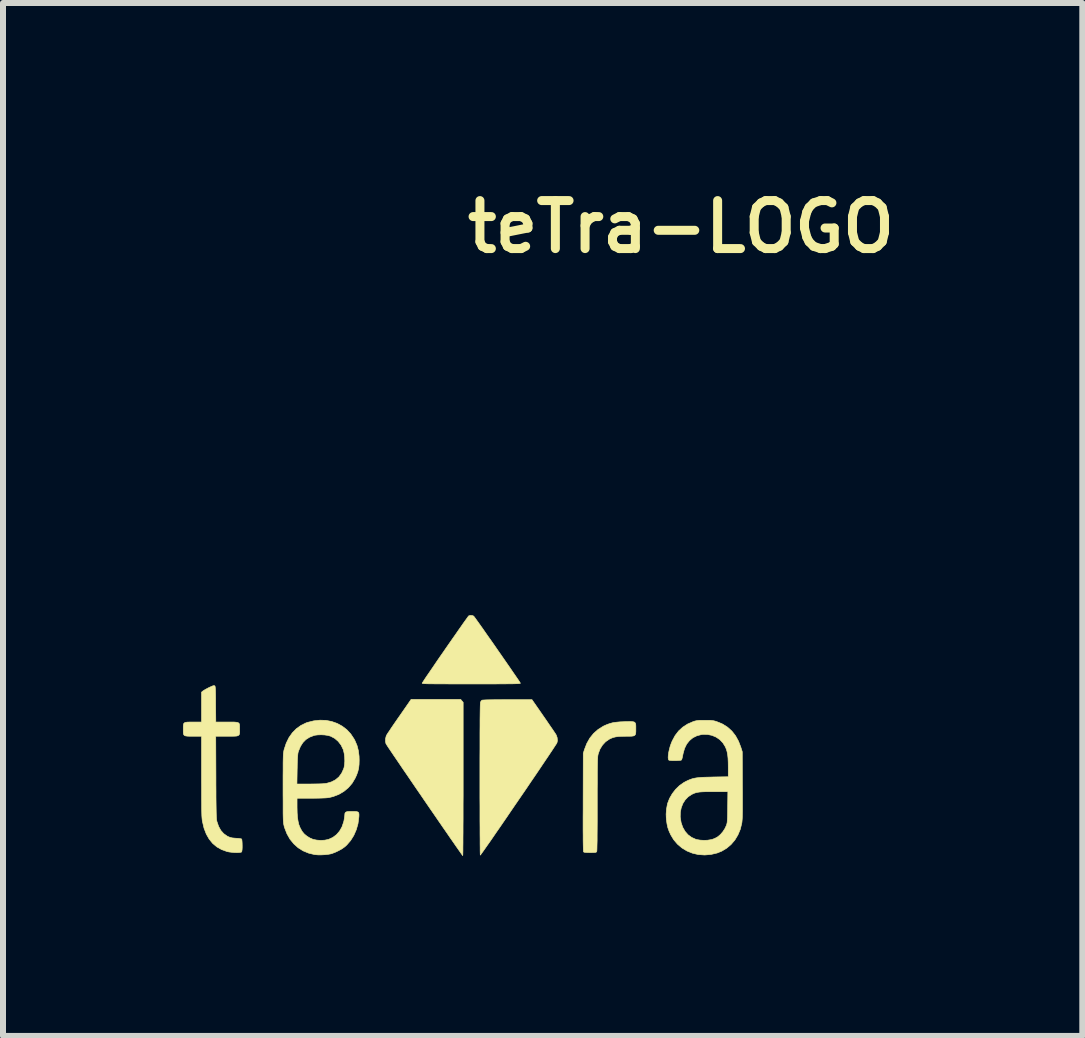
<source format=kicad_pcb>
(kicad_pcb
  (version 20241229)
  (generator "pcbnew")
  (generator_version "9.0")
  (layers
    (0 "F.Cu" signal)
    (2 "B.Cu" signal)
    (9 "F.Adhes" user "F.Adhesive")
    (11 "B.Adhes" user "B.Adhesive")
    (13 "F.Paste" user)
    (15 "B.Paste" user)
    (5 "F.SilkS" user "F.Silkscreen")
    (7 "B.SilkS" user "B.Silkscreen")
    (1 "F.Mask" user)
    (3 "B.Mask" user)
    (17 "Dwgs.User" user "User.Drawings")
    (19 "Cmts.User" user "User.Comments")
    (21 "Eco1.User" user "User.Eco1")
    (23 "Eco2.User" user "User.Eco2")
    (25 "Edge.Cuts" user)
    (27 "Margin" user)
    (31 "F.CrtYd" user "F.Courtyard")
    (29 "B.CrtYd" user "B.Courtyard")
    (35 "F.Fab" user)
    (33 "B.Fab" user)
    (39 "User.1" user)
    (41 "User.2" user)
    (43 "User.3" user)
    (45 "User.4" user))
  (footprint "teTra-LOGO"
    (layer "F.Cu")
    (at 4.802 9.231)
    (property "Reference" "teTra-LOGO" (at 3.5 -8.5 0) (unlocked yes) (layer "F.SilkS") (effects (font (size 0.8 0.8) (thickness 0.15))))
    (attr smd)
    (fp_poly (pts (xy -0.153 -0.599) (xy -0.132 -0.575) (xy -0.132 0.703) (xy -0.132 0.848) (xy -0.132 0.989) (xy -0.133 1.125) (xy -0.133 1.253) (xy -0.133 1.375) (xy -0.134 1.488) (xy -0.134 1.592) (xy -0.135 1.685) (xy -0.135 1.768) (xy -0.136 1.838) (xy -0.136 1.895) (xy -0.137 1.939) (xy -0.138 1.967) (xy -0.139 1.98) (xy -0.139 1.981) (xy -0.144 1.974) (xy -0.159 1.954) (xy -0.182 1.921) (xy -0.213 1.877) (xy -0.251 1.823) (xy -0.296 1.758) (xy -0.347 1.685) (xy -0.403 1.603) (xy -0.465 1.514) (xy -0.531 1.418) (xy -0.601 1.316) (xy -0.675 1.209) (xy -0.751 1.098) (xy -0.778 1.059) (xy -0.855 0.946) (xy -0.93 0.837) (xy -1.001 0.733) (xy -1.069 0.633) (xy -1.133 0.54) (xy -1.191 0.454) (xy -1.244 0.376) (xy -1.292 0.306) (xy -1.332 0.246) (xy -1.366 0.196) (xy -1.392 0.157) (xy -1.409 0.13) (xy -1.418 0.116) (xy -1.419 0.114) (xy -1.427 0.077) (xy -1.426 0.033) (xy -1.416 -0.008) (xy -1.411 -0.022) (xy -1.403 -0.036) (xy -1.386 -0.063) (xy -1.361 -0.099) (xy -1.331 -0.145) (xy -1.295 -0.198) (xy -1.255 -0.256) (xy -1.212 -0.318) (xy -1.197 -0.339) (xy -1 -0.623) (xy -0.173 -0.623) (xy -0.153 -0.599)) (stroke (width 0.01) (type solid)) (fill yes) (layer "F.SilkS"))
    (fp_poly (pts (xy 0.022 -2.021) (xy 0.043 -2.012) (xy 0.05 -2.003) (xy 0.066 -1.982) (xy 0.089 -1.95) (xy 0.12 -1.907) (xy 0.156 -1.856) (xy 0.198 -1.797) (xy 0.243 -1.732) (xy 0.292 -1.662) (xy 0.344 -1.589) (xy 0.397 -1.513) (xy 0.45 -1.436) (xy 0.503 -1.36) (xy 0.555 -1.285) (xy 0.605 -1.213) (xy 0.652 -1.145) (xy 0.695 -1.082) (xy 0.733 -1.027) (xy 0.766 -0.979) (xy 0.792 -0.941) (xy 0.81 -0.913) (xy 0.82 -0.897) (xy 0.821 -0.895) (xy 0.821 -0.892) (xy 0.818 -0.89) (xy 0.81 -0.889) (xy 0.798 -0.887) (xy 0.78 -0.886) (xy 0.755 -0.885) (xy 0.722 -0.884) (xy 0.681 -0.883) (xy 0.629 -0.883) (xy 0.567 -0.882) (xy 0.493 -0.882) (xy 0.407 -0.881) (xy 0.307 -0.881) (xy 0.192 -0.881) (xy 0.061 -0.881) (xy 0.003 -0.881) (xy -0.134 -0.881) (xy -0.254 -0.881) (xy -0.36 -0.881) (xy -0.452 -0.882) (xy -0.531 -0.882) (xy -0.598 -0.882) (xy -0.653 -0.883) (xy -0.699 -0.883) (xy -0.735 -0.884) (xy -0.763 -0.885) (xy -0.784 -0.886) (xy -0.799 -0.888) (xy -0.808 -0.889) (xy -0.813 -0.891) (xy -0.815 -0.893) (xy -0.815 -0.895) (xy -0.808 -0.906) (xy -0.793 -0.929) (xy -0.771 -0.963) (xy -0.741 -1.008) (xy -0.705 -1.06) (xy -0.664 -1.12) (xy -0.619 -1.186) (xy -0.571 -1.257) (xy -0.52 -1.331) (xy -0.467 -1.407) (xy -0.414 -1.484) (xy -0.361 -1.56) (xy -0.309 -1.635) (xy -0.259 -1.706) (xy -0.212 -1.774) (xy -0.169 -1.835) (xy -0.131 -1.89) (xy -0.098 -1.936) (xy -0.071 -1.973) (xy -0.052 -2) (xy -0.041 -2.014) (xy -0.039 -2.016) (xy -0.01 -2.024) (xy 0.022 -2.021)) (stroke (width 0.01) (type solid)) (fill yes) (layer "F.SilkS"))
    (fp_poly (pts (xy 1.21 -0.338) (xy 1.253 -0.276) (xy 1.293 -0.217) (xy 1.33 -0.163) (xy 1.362 -0.117) (xy 1.388 -0.078) (xy 1.407 -0.05) (xy 1.417 -0.033) (xy 1.419 -0.031) (xy 1.435 0.015) (xy 1.439 0.066) (xy 1.432 0.098) (xy 1.427 0.109) (xy 1.412 0.132) (xy 1.389 0.167) (xy 1.359 0.213) (xy 1.322 0.268) (xy 1.279 0.333) (xy 1.23 0.405) (xy 1.177 0.484) (xy 1.12 0.569) (xy 1.059 0.659) (xy 0.995 0.752) (xy 0.93 0.849) (xy 0.863 0.947) (xy 0.795 1.046) (xy 0.727 1.145) (xy 0.66 1.243) (xy 0.595 1.339) (xy 0.531 1.432) (xy 0.47 1.521) (xy 0.412 1.604) (xy 0.359 1.682) (xy 0.31 1.753) (xy 0.266 1.815) (xy 0.229 1.868) (xy 0.198 1.912) (xy 0.175 1.944) (xy 0.16 1.965) (xy 0.154 1.972) (xy 0.153 1.972) (xy 0.153 1.964) (xy 0.152 1.939) (xy 0.151 1.9) (xy 0.151 1.846) (xy 0.15 1.78) (xy 0.15 1.701) (xy 0.149 1.61) (xy 0.149 1.509) (xy 0.148 1.399) (xy 0.148 1.28) (xy 0.148 1.154) (xy 0.147 1.02) (xy 0.147 0.881) (xy 0.147 0.738) (xy 0.147 0.712) (xy 0.147 0.523) (xy 0.147 0.351) (xy 0.148 0.195) (xy 0.148 0.055) (xy 0.148 -0.07) (xy 0.149 -0.18) (xy 0.149 -0.276) (xy 0.15 -0.357) (xy 0.151 -0.425) (xy 0.152 -0.48) (xy 0.153 -0.522) (xy 0.154 -0.552) (xy 0.156 -0.57) (xy 0.156 -0.575) (xy 0.167 -0.596) (xy 0.181 -0.61) (xy 0.181 -0.61) (xy 0.193 -0.612) (xy 0.222 -0.614) (xy 0.264 -0.616) (xy 0.321 -0.617) (xy 0.391 -0.618) (xy 0.473 -0.618) (xy 0.565 -0.619) (xy 0.606 -0.619) (xy 1.015 -0.619) (xy 1.21 -0.338)) (stroke (width 0.01) (type solid)) (fill yes) (layer "F.SilkS"))
    (fp_poly (pts (xy 2.67 -0.254) (xy 2.702 -0.251) (xy 2.724 -0.244) (xy 2.737 -0.23) (xy 2.744 -0.21) (xy 2.746 -0.181) (xy 2.746 -0.142) (xy 2.746 -0.132) (xy 2.746 -0.09) (xy 2.744 -0.059) (xy 2.738 -0.037) (xy 2.726 -0.023) (xy 2.705 -0.014) (xy 2.674 -0.01) (xy 2.63 -0.009) (xy 2.579 -0.009) (xy 2.509 -0.008) (xy 2.452 -0.005) (xy 2.406 0.002) (xy 2.366 0.012) (xy 2.329 0.027) (xy 2.303 0.04) (xy 2.242 0.082) (xy 2.19 0.138) (xy 2.149 0.204) (xy 2.121 0.278) (xy 2.115 0.303) (xy 2.113 0.316) (xy 2.111 0.333) (xy 2.11 0.356) (xy 2.108 0.386) (xy 2.107 0.424) (xy 2.106 0.471) (xy 2.105 0.528) (xy 2.104 0.595) (xy 2.104 0.675) (xy 2.104 0.767) (xy 2.103 0.873) (xy 2.103 0.994) (xy 2.103 1.128) (xy 2.103 1.282) (xy 2.103 1.42) (xy 2.102 1.54) (xy 2.101 1.644) (xy 2.101 1.731) (xy 2.099 1.801) (xy 2.098 1.854) (xy 2.097 1.89) (xy 2.095 1.91) (xy 2.094 1.913) (xy 2.089 1.92) (xy 2.08 1.925) (xy 2.064 1.928) (xy 2.039 1.929) (xy 2.001 1.93) (xy 1.985 1.93) (xy 1.938 1.929) (xy 1.906 1.927) (xy 1.886 1.924) (xy 1.876 1.919) (xy 1.875 1.918) (xy 1.873 1.911) (xy 1.872 1.895) (xy 1.871 1.869) (xy 1.87 1.832) (xy 1.869 1.783) (xy 1.868 1.722) (xy 1.868 1.648) (xy 1.867 1.56) (xy 1.867 1.459) (xy 1.867 1.342) (xy 1.868 1.209) (xy 1.868 1.09) (xy 1.87 0.275) (xy 1.89 0.211) (xy 1.929 0.111) (xy 1.98 0.021) (xy 2.043 -0.057) (xy 2.118 -0.123) (xy 2.203 -0.176) (xy 2.217 -0.183) (xy 2.267 -0.205) (xy 2.315 -0.222) (xy 2.364 -0.235) (xy 2.419 -0.243) (xy 2.482 -0.249) (xy 2.558 -0.252) (xy 2.565 -0.253) (xy 2.625 -0.254) (xy 2.67 -0.254)) (stroke (width 0.01) (type solid)) (fill yes) (layer "F.SilkS"))
    (fp_poly (pts (xy -4.276 -0.851) (xy -4.274 -0.85) (xy -4.27 -0.847) (xy -4.267 -0.84) (xy -4.265 -0.829) (xy -4.263 -0.811) (xy -4.261 -0.785) (xy -4.26 -0.749) (xy -4.259 -0.702) (xy -4.258 -0.642) (xy -4.258 -0.567) (xy -4.258 -0.544) (xy -4.255 -0.246) (xy -4.07 -0.246) (xy -4.004 -0.246) (xy -3.954 -0.246) (xy -3.917 -0.243) (xy -3.89 -0.238) (xy -3.873 -0.23) (xy -3.863 -0.216) (xy -3.859 -0.196) (xy -3.858 -0.169) (xy -3.858 -0.134) (xy -3.858 -0.128) (xy -3.857 -0.091) (xy -3.858 -0.063) (xy -3.862 -0.042) (xy -3.871 -0.028) (xy -3.887 -0.018) (xy -3.912 -0.012) (xy -3.947 -0.01) (xy -3.996 -0.009) (xy -4.058 -0.009) (xy -4.07 -0.009) (xy -4.256 -0.009) (xy -4.253 0.675) (xy -4.253 0.799) (xy -4.252 0.909) (xy -4.252 1.003) (xy -4.251 1.084) (xy -4.25 1.153) (xy -4.249 1.211) (xy -4.248 1.259) (xy -4.247 1.298) (xy -4.246 1.33) (xy -4.244 1.355) (xy -4.243 1.374) (xy -4.241 1.39) (xy -4.238 1.403) (xy -4.236 1.413) (xy -4.208 1.494) (xy -4.171 1.561) (xy -4.124 1.614) (xy -4.068 1.654) (xy -4.046 1.665) (xy -4.016 1.677) (xy -3.983 1.685) (xy -3.943 1.689) (xy -3.918 1.691) (xy -3.881 1.693) (xy -3.851 1.697) (xy -3.831 1.701) (xy -3.826 1.703) (xy -3.821 1.715) (xy -3.818 1.74) (xy -3.816 1.773) (xy -3.815 1.811) (xy -3.815 1.848) (xy -3.817 1.882) (xy -3.821 1.907) (xy -3.825 1.92) (xy -3.84 1.925) (xy -3.868 1.929) (xy -3.904 1.93) (xy -3.946 1.929) (xy -3.99 1.925) (xy -4.031 1.92) (xy -4.066 1.913) (xy -4.066 1.913) (xy -4.156 1.881) (xy -4.236 1.836) (xy -4.306 1.778) (xy -4.365 1.706) (xy -4.413 1.622) (xy -4.451 1.524) (xy -4.477 1.414) (xy -4.48 1.402) (xy -4.482 1.385) (xy -4.484 1.365) (xy -4.486 1.341) (xy -4.488 1.311) (xy -4.489 1.274) (xy -4.49 1.229) (xy -4.491 1.175) (xy -4.491 1.11) (xy -4.492 1.034) (xy -4.492 0.944) (xy -4.492 0.841) (xy -4.493 0.723) (xy -4.493 0.659) (xy -4.493 -0.009) (xy -4.632 -0.009) (xy -4.689 -0.009) (xy -4.731 -0.011) (xy -4.76 -0.015) (xy -4.779 -0.023) (xy -4.791 -0.038) (xy -4.796 -0.06) (xy -4.797 -0.091) (xy -4.797 -0.128) (xy -4.797 -0.168) (xy -4.795 -0.198) (xy -4.79 -0.22) (xy -4.778 -0.233) (xy -4.758 -0.241) (xy -4.727 -0.245) (xy -4.683 -0.246) (xy -4.632 -0.246) (xy -4.493 -0.246) (xy -4.493 -0.744) (xy -4.469 -0.764) (xy -4.451 -0.776) (xy -4.422 -0.793) (xy -4.388 -0.811) (xy -4.367 -0.822) (xy -4.329 -0.839) (xy -4.303 -0.85) (xy -4.286 -0.853) (xy -4.276 -0.851)) (stroke (width 0.01) (type solid)) (fill yes) (layer "F.SilkS"))
    (fp_poly (pts (xy 3.898 -0.275) (xy 3.95 -0.275) (xy 3.989 -0.274) (xy 4.019 -0.271) (xy 4.045 -0.267) (xy 4.069 -0.261) (xy 4.097 -0.252) (xy 4.191 -0.213) (xy 4.275 -0.16) (xy 4.347 -0.095) (xy 4.408 -0.017) (xy 4.458 0.074) (xy 4.496 0.173) (xy 4.52 0.249) (xy 4.522 0.806) (xy 4.523 0.92) (xy 4.523 1.019) (xy 4.523 1.103) (xy 4.523 1.175) (xy 4.523 1.235) (xy 4.522 1.284) (xy 4.521 1.325) (xy 4.52 1.359) (xy 4.518 1.386) (xy 4.516 1.409) (xy 4.514 1.428) (xy 4.512 1.44) (xy 4.487 1.542) (xy 4.448 1.635) (xy 4.397 1.72) (xy 4.334 1.794) (xy 4.261 1.856) (xy 4.178 1.906) (xy 4.101 1.937) (xy 3.999 1.961) (xy 3.894 1.97) (xy 3.789 1.963) (xy 3.788 1.963) (xy 3.69 1.94) (xy 3.598 1.903) (xy 3.514 1.852) (xy 3.44 1.789) (xy 3.377 1.715) (xy 3.327 1.632) (xy 3.299 1.57) (xy 3.279 1.513) (xy 3.266 1.454) (xy 3.256 1.386) (xy 3.254 1.374) (xy 3.253 1.336) (xy 3.486 1.336) (xy 3.487 1.343) (xy 3.501 1.431) (xy 3.528 1.509) (xy 3.567 1.577) (xy 3.616 1.633) (xy 3.676 1.677) (xy 3.745 1.708) (xy 3.762 1.713) (xy 3.816 1.722) (xy 3.877 1.726) (xy 3.939 1.724) (xy 3.996 1.715) (xy 4.019 1.71) (xy 4.056 1.696) (xy 4.093 1.678) (xy 4.115 1.664) (xy 4.156 1.629) (xy 4.196 1.583) (xy 4.23 1.531) (xy 4.254 1.48) (xy 4.26 1.464) (xy 4.264 1.448) (xy 4.268 1.431) (xy 4.27 1.409) (xy 4.272 1.382) (xy 4.274 1.346) (xy 4.275 1.3) (xy 4.276 1.241) (xy 4.277 1.17) (xy 4.28 0.914) (xy 4.048 0.914) (xy 3.97 0.914) (xy 3.906 0.915) (xy 3.854 0.917) (xy 3.812 0.92) (xy 3.778 0.925) (xy 3.749 0.931) (xy 3.722 0.94) (xy 3.695 0.952) (xy 3.676 0.961) (xy 3.618 1) (xy 3.569 1.051) (xy 3.53 1.112) (xy 3.503 1.182) (xy 3.488 1.257) (xy 3.486 1.336) (xy 3.253 1.336) (xy 3.251 1.291) (xy 3.257 1.206) (xy 3.272 1.126) (xy 3.276 1.109) (xy 3.308 1.027) (xy 3.353 0.949) (xy 3.409 0.876) (xy 3.474 0.813) (xy 3.545 0.763) (xy 3.576 0.746) (xy 3.615 0.727) (xy 3.651 0.712) (xy 3.685 0.7) (xy 3.721 0.691) (xy 3.761 0.684) (xy 3.807 0.679) (xy 3.862 0.675) (xy 3.929 0.673) (xy 4.009 0.671) (xy 4.035 0.67) (xy 4.287 0.666) (xy 4.287 0.507) (xy 4.286 0.426) (xy 4.283 0.358) (xy 4.277 0.302) (xy 4.268 0.253) (xy 4.256 0.21) (xy 4.239 0.17) (xy 4.237 0.165) (xy 4.197 0.101) (xy 4.146 0.047) (xy 4.084 0.005) (xy 4.015 -0.024) (xy 3.941 -0.039) (xy 3.863 -0.04) (xy 3.839 -0.037) (xy 3.763 -0.017) (xy 3.696 0.016) (xy 3.64 0.063) (xy 3.593 0.122) (xy 3.558 0.194) (xy 3.534 0.279) (xy 3.53 0.299) (xy 3.523 0.334) (xy 3.516 0.363) (xy 3.509 0.382) (xy 3.507 0.386) (xy 3.495 0.391) (xy 3.47 0.394) (xy 3.437 0.396) (xy 3.4 0.397) (xy 3.363 0.397) (xy 3.33 0.395) (xy 3.306 0.392) (xy 3.297 0.389) (xy 3.288 0.374) (xy 3.285 0.347) (xy 3.287 0.309) (xy 3.293 0.264) (xy 3.304 0.214) (xy 3.317 0.163) (xy 3.334 0.114) (xy 3.352 0.07) (xy 3.401 -0.021) (xy 3.46 -0.098) (xy 3.529 -0.161) (xy 3.609 -0.213) (xy 3.699 -0.252) (xy 3.726 -0.261) (xy 3.75 -0.267) (xy 3.774 -0.271) (xy 3.802 -0.274) (xy 3.838 -0.275) (xy 3.886 -0.275) (xy 3.898 -0.275)) (stroke (width 0.01) (type solid)) (fill yes) (layer "F.SilkS"))
    (fp_poly (pts (xy -2.419 -0.274) (xy -2.323 -0.255) (xy -2.232 -0.223) (xy -2.148 -0.177) (xy -2.072 -0.119) (xy -2.006 -0.048) (xy -1.951 0.035) (xy -1.936 0.063) (xy -1.901 0.145) (xy -1.879 0.23) (xy -1.867 0.322) (xy -1.865 0.389) (xy -1.867 0.462) (xy -1.874 0.524) (xy -1.888 0.581) (xy -1.909 0.639) (xy -1.933 0.691) (xy -1.983 0.775) (xy -2.046 0.848) (xy -2.12 0.91) (xy -2.205 0.96) (xy -2.299 0.996) (xy -2.365 1.012) (xy -2.393 1.016) (xy -2.431 1.019) (xy -2.48 1.021) (xy -2.542 1.023) (xy -2.617 1.024) (xy -2.665 1.024) (xy -2.901 1.024) (xy -2.901 1.174) (xy -2.899 1.265) (xy -2.894 1.341) (xy -2.884 1.406) (xy -2.871 1.463) (xy -2.851 1.513) (xy -2.826 1.56) (xy -2.809 1.586) (xy -2.778 1.622) (xy -2.735 1.657) (xy -2.686 1.687) (xy -2.637 1.708) (xy -2.632 1.71) (xy -2.572 1.722) (xy -2.505 1.727) (xy -2.439 1.723) (xy -2.381 1.711) (xy -2.374 1.709) (xy -2.304 1.677) (xy -2.243 1.631) (xy -2.192 1.572) (xy -2.152 1.502) (xy -2.124 1.42) (xy -2.118 1.395) (xy -2.112 1.359) (xy -2.107 1.326) (xy -2.105 1.302) (xy -2.105 1.3) (xy -2.103 1.278) (xy -2.096 1.262) (xy -2.081 1.252) (xy -2.056 1.246) (xy -2.018 1.244) (xy -1.987 1.244) (xy -1.939 1.244) (xy -1.906 1.247) (xy -1.885 1.254) (xy -1.873 1.267) (xy -1.869 1.288) (xy -1.869 1.319) (xy -1.871 1.342) (xy -1.885 1.449) (xy -1.914 1.55) (xy -1.955 1.644) (xy -2.008 1.729) (xy -2.071 1.802) (xy -2.106 1.834) (xy -2.151 1.866) (xy -2.206 1.897) (xy -2.265 1.925) (xy -2.32 1.946) (xy -2.338 1.951) (xy -2.382 1.959) (xy -2.436 1.965) (xy -2.495 1.968) (xy -2.552 1.968) (xy -2.6 1.964) (xy -2.609 1.963) (xy -2.708 1.939) (xy -2.8 1.901) (xy -2.883 1.849) (xy -2.955 1.784) (xy -3.018 1.707) (xy -3.069 1.617) (xy -3.108 1.517) (xy -3.115 1.494) (xy -3.118 1.48) (xy -3.121 1.467) (xy -3.124 1.453) (xy -3.126 1.437) (xy -3.128 1.417) (xy -3.13 1.392) (xy -3.131 1.361) (xy -3.132 1.323) (xy -3.133 1.276) (xy -3.133 1.218) (xy -3.133 1.149) (xy -3.133 1.067) (xy -3.134 0.971) (xy -3.134 0.86) (xy -3.134 0.854) (xy -3.134 0.787) (xy -2.903 0.787) (xy -2.687 0.787) (xy -2.603 0.786) (xy -2.535 0.785) (xy -2.481 0.783) (xy -2.438 0.779) (xy -2.407 0.775) (xy -2.328 0.752) (xy -2.26 0.717) (xy -2.203 0.669) (xy -2.158 0.608) (xy -2.125 0.536) (xy -2.117 0.512) (xy -2.109 0.464) (xy -2.105 0.406) (xy -2.107 0.344) (xy -2.114 0.283) (xy -2.126 0.229) (xy -2.132 0.21) (xy -2.167 0.138) (xy -2.215 0.076) (xy -2.273 0.026) (xy -2.341 -0.01) (xy -2.344 -0.011) (xy -2.387 -0.023) (xy -2.441 -0.031) (xy -2.498 -0.034) (xy -2.555 -0.032) (xy -2.603 -0.026) (xy -2.618 -0.022) (xy -2.691 0.006) (xy -2.753 0.045) (xy -2.803 0.096) (xy -2.844 0.16) (xy -2.876 0.237) (xy -2.882 0.256) (xy -2.886 0.275) (xy -2.889 0.302) (xy -2.892 0.338) (xy -2.895 0.385) (xy -2.897 0.444) (xy -2.898 0.519) (xy -2.899 0.543) (xy -2.903 0.787) (xy -3.134 0.787) (xy -3.134 0.742) (xy -3.134 0.645) (xy -3.133 0.563) (xy -3.133 0.493) (xy -3.133 0.435) (xy -3.132 0.387) (xy -3.131 0.348) (xy -3.13 0.316) (xy -3.129 0.291) (xy -3.127 0.27) (xy -3.124 0.253) (xy -3.122 0.238) (xy -3.119 0.224) (xy -3.115 0.209) (xy -3.115 0.209) (xy -3.081 0.106) (xy -3.036 0.014) (xy -2.979 -0.067) (xy -2.912 -0.135) (xy -2.835 -0.19) (xy -2.749 -0.232) (xy -2.726 -0.24) (xy -2.622 -0.266) (xy -2.519 -0.277) (xy -2.419 -0.274)) (stroke (width 0.01) (type solid)) (fill yes) (layer "F.SilkS")))
  (gr_rect
    (start -3 -3)
    (end 14.99 14.217)
    (stroke (width 0.1) (type default))
    (fill no)
    (layer "Edge.Cuts")))
</source>
